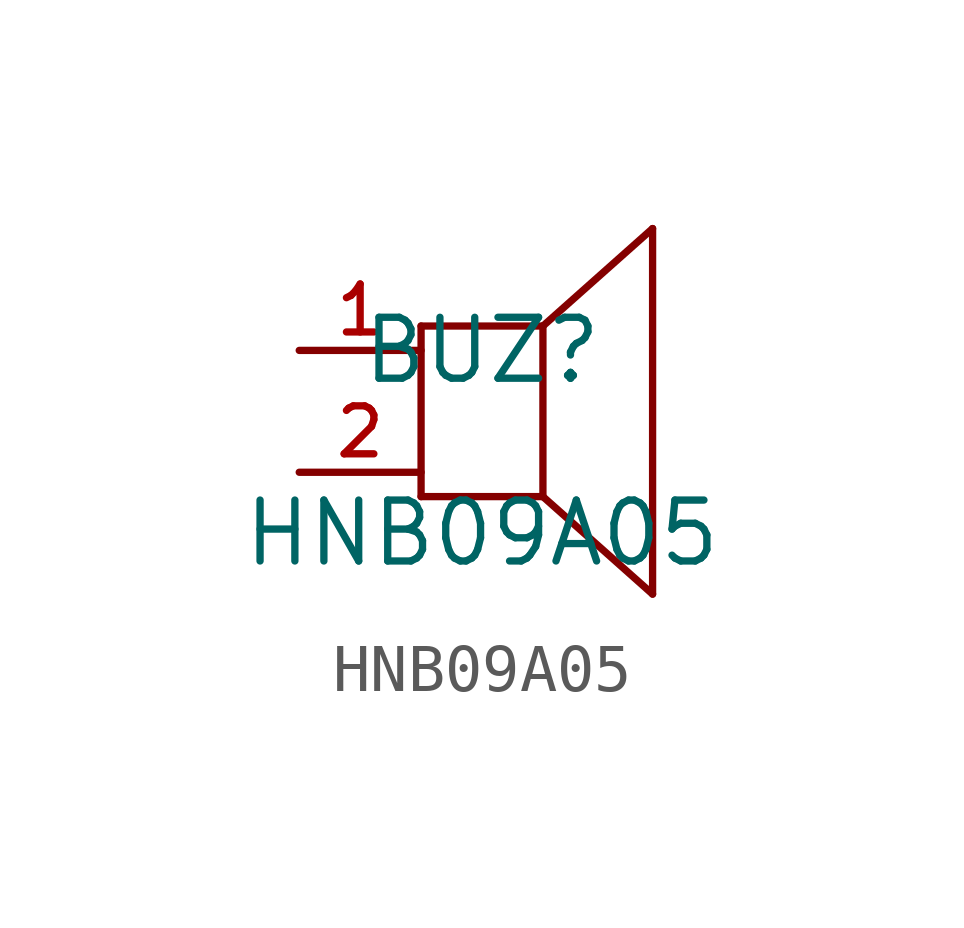
<source format=kicad_sym>
(kicad_symbol_lib
  (version 20210201)
  (generator TousstNicolas/JLC2KiCad_lib)
  (symbol "HNB09A05"
    (pin_names hide)
    (property "Reference" "BUZ"
      (at 0 1.27 0)
      (effects (font (size 1.27 1.27))))
    (property "Value" "HNB09A05"
      (at 0 -2.54 0)
      (effects (font (size 1.27 1.27))))
    (symbol "HNB09A05_0_1"
      (pin unspecified line (at -3.81 1.27 0) (length 2.54) (name "+" (effects (font (size 1 1)))) (number "1" (effects (font (size 1 1)))))
      (pin unspecified line (at -3.81 -1.27 0) (length 2.54) (name "2" (effects (font (size 1 1)))) (number "2" (effects (font (size 1 1)))))
      (polyline (pts (xy 3.556 3.81) (xy 1.27 1.778)) (stroke (width 0) (type default) (color 0 0 0 0)) (fill (type none)))
      (polyline (pts (xy 1.27 -1.778) (xy 3.556 -3.81)) (stroke (width 0) (type default) (color 0 0 0 0)) (fill (type none)))
      (polyline (pts (xy 3.556 3.81) (xy 3.556 -3.81)) (stroke (width 0) (type default) (color 0 0 0 0)) (fill (type none)))
      (polyline (pts (xy 1.27 1.778) (xy 1.27 -1.778)) (stroke (width 0) (type default) (color 0 0 0 0)) (fill (type none)))
      (polyline (pts (xy -1.27 1.778) (xy -1.27 -1.778)) (stroke (width 0) (type default) (color 0 0 0 0)) (fill (type none)))
      (polyline (pts (xy -1.27 -1.778) (xy 1.27 -1.778)) (stroke (width 0) (type default) (color 0 0 0 0)) (fill (type none)))
      (polyline (pts (xy -1.27 1.778) (xy 1.27 1.778)) (stroke (width 0) (type default) (color 0 0 0 0)) (fill (type none))))))
</source>
